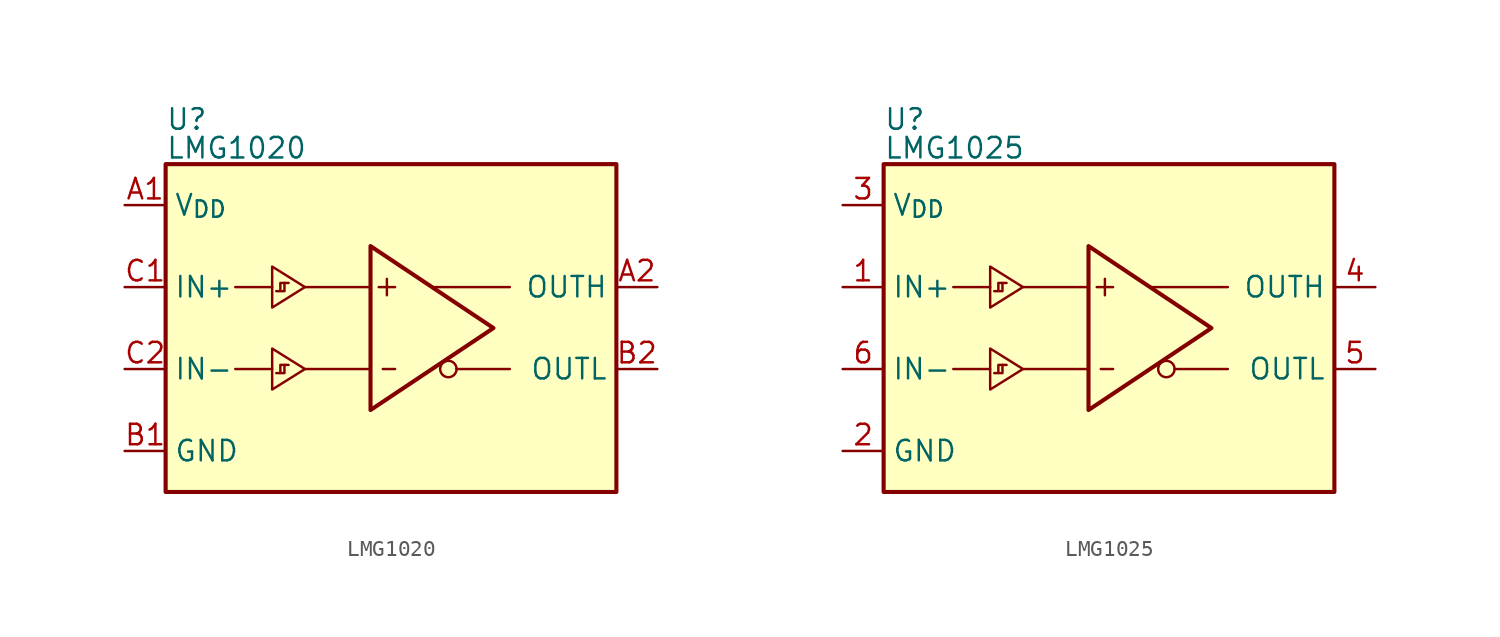
<source format=kicad_sym>
(kicad_symbol_lib
  (version 20241209)
  (generator "kicad_symbol_editor")
  (generator_version "9.0")
  (symbol "LMG1020"
    (property "Reference" "U"
      (at -7.62 12.192 0)
      (effects (font (size 1.27 1.27)) (justify left bottom)))
    (property "Value" "LMG1020"
      (at -7.62 10.414 0)
      (effects (font (size 1.27 1.27)) (justify left bottom)))
    (symbol "LMG1020_0_1"
      (rectangle (start -7.62 10.16) (end 20.32 -10.16) (stroke (width 0.254) (type default)) (fill (type background)))
      (polyline (pts (xy 5.588 2.54) (xy 6.604 2.54)) (stroke (width 0) (type default)) (fill (type none)))
      (polyline (pts (xy 5.842 -2.54) (xy 6.604 -2.54)) (stroke (width 0) (type default)) (fill (type none)))
      (polyline (pts (xy 6.096 3.048) (xy 6.096 2.032)) (stroke (width 0) (type default)) (fill (type none)))
      (circle (center 9.906 -2.54) (radius 0.508) (stroke (width 0) (type default)) (fill (type none)))
      (polyline (pts (xy 12.7 0) (xy 5.08 5.08) (xy 5.08 -5.08) (xy 12.7 0)) (stroke (width 0.254) (type default)) (fill (type background))))
    (symbol "LMG1020_1_1"
      (polyline (pts (xy -1.016 3.81) (xy 1.016 2.54) (xy -1.016 1.27) (xy -1.016 3.81)) (stroke (width 0) (type default)) (fill (type none)))
      (polyline (pts (xy -1.016 2.54) (xy -3.302 2.54)) (stroke (width 0) (type default)) (fill (type none)))
      (polyline (pts (xy -1.016 -1.27) (xy 1.016 -2.54) (xy -1.016 -3.81) (xy -1.016 -1.27)) (stroke (width 0) (type default)) (fill (type none)))
      (polyline (pts (xy -1.016 -2.54) (xy -3.302 -2.54)) (stroke (width 0) (type default)) (fill (type none)))
      (polyline (pts (xy -0.508 2.286) (xy -0.508 2.794) (xy -0.254 2.794) (xy -0.254 2.286) (xy -0.762 2.286)) (stroke (width 0) (type default)) (fill (type none)))
      (polyline (pts (xy -0.508 -2.794) (xy -0.508 -2.286) (xy -0.254 -2.286) (xy -0.254 -2.794) (xy -0.762 -2.794)) (stroke (width 0) (type default)) (fill (type none)))
      (polyline (pts (xy -0.254 2.794) (xy 0 2.794)) (stroke (width 0) (type default)) (fill (type none)))
      (polyline (pts (xy -0.254 -2.286) (xy 0 -2.286)) (stroke (width 0) (type default)) (fill (type none)))
      (polyline (pts (xy 1.016 2.54) (xy 5.08 2.54)) (stroke (width 0) (type default)) (fill (type none)))
      (polyline (pts (xy 1.016 -2.54) (xy 5.08 -2.54)) (stroke (width 0) (type default)) (fill (type none)))
      (polyline (pts (xy 8.89 2.54) (xy 13.716 2.54)) (stroke (width 0) (type default)) (fill (type none)))
      (polyline (pts (xy 10.414 -2.54) (xy 13.716 -2.54)) (stroke (width 0) (type default)) (fill (type none)))
      (pin power_in line (at -10.16 7.62 0) (length 2.54) (name "V_{DD}" (effects (font (size 1.27 1.27)))) (number "A1" (effects (font (size 1.27 1.27)))))
      (pin input line (at -10.16 2.54 0) (length 2.54) (name "IN+" (effects (font (size 1.27 1.27)))) (number "C1" (effects (font (size 1.27 1.27)))))
      (pin input line (at -10.16 -2.54 0) (length 2.54) (name "IN-" (effects (font (size 1.27 1.27)))) (number "C2" (effects (font (size 1.27 1.27)))))
      (pin power_in line (at -10.16 -7.62 0) (length 2.54) (name "GND" (effects (font (size 1.27 1.27)))) (number "B1" (effects (font (size 1.27 1.27)))))
      (pin output line (at 22.86 2.54 180) (length 2.54) (name "OUTH" (effects (font (size 1.27 1.27)))) (number "A2" (effects (font (size 1.27 1.27)))))
      (pin output line (at 22.86 -2.54 180) (length 2.54) (name "OUTL" (effects (font (size 1.27 1.27)))) (number "B2" (effects (font (size 1.27 1.27)))))))
  (symbol "LMG1025"
    (property "Reference" "U"
      (at -7.62 12.192 0)
      (effects (font (size 1.27 1.27)) (justify left bottom)))
    (property "Value" "LMG1025"
      (at -7.62 10.414 0)
      (effects (font (size 1.27 1.27)) (justify left bottom)))
    (symbol "LMG1025_0_1"
      (rectangle (start -7.62 10.16) (end 20.32 -10.16) (stroke (width 0.254) (type default)) (fill (type background)))
      (polyline (pts (xy 5.588 2.54) (xy 6.604 2.54)) (stroke (width 0) (type default)) (fill (type none)))
      (polyline (pts (xy 5.842 -2.54) (xy 6.604 -2.54)) (stroke (width 0) (type default)) (fill (type none)))
      (polyline (pts (xy 6.096 3.048) (xy 6.096 2.032)) (stroke (width 0) (type default)) (fill (type none)))
      (circle (center 9.906 -2.54) (radius 0.508) (stroke (width 0) (type default)) (fill (type none)))
      (polyline (pts (xy 12.7 0) (xy 5.08 5.08) (xy 5.08 -5.08) (xy 12.7 0)) (stroke (width 0.254) (type default)) (fill (type background))))
    (symbol "LMG1025_1_1"
      (polyline (pts (xy -1.016 3.81) (xy 1.016 2.54) (xy -1.016 1.27) (xy -1.016 3.81)) (stroke (width 0) (type default)) (fill (type none)))
      (polyline (pts (xy -1.016 2.54) (xy -3.302 2.54)) (stroke (width 0) (type default)) (fill (type none)))
      (polyline (pts (xy -1.016 -1.27) (xy 1.016 -2.54) (xy -1.016 -3.81) (xy -1.016 -1.27)) (stroke (width 0) (type default)) (fill (type none)))
      (polyline (pts (xy -1.016 -2.54) (xy -3.302 -2.54)) (stroke (width 0) (type default)) (fill (type none)))
      (polyline (pts (xy -0.508 2.286) (xy -0.508 2.794) (xy -0.254 2.794) (xy -0.254 2.286) (xy -0.762 2.286)) (stroke (width 0) (type default)) (fill (type none)))
      (polyline (pts (xy -0.508 -2.794) (xy -0.508 -2.286) (xy -0.254 -2.286) (xy -0.254 -2.794) (xy -0.762 -2.794)) (stroke (width 0) (type default)) (fill (type none)))
      (polyline (pts (xy -0.254 2.794) (xy 0 2.794)) (stroke (width 0) (type default)) (fill (type none)))
      (polyline (pts (xy -0.254 -2.286) (xy 0 -2.286)) (stroke (width 0) (type default)) (fill (type none)))
      (polyline (pts (xy 1.016 2.54) (xy 5.08 2.54)) (stroke (width 0) (type default)) (fill (type none)))
      (polyline (pts (xy 1.016 -2.54) (xy 5.08 -2.54)) (stroke (width 0) (type default)) (fill (type none)))
      (polyline (pts (xy 8.89 2.54) (xy 13.716 2.54)) (stroke (width 0) (type default)) (fill (type none)))
      (polyline (pts (xy 10.414 -2.54) (xy 13.716 -2.54)) (stroke (width 0) (type default)) (fill (type none)))
      (pin power_in line (at -10.16 7.62 0) (length 2.54) (name "V_{DD}" (effects (font (size 1.27 1.27)))) (number "3" (effects (font (size 1.27 1.27)))))
      (pin input line (at -10.16 2.54 0) (length 2.54) (name "IN+" (effects (font (size 1.27 1.27)))) (number "1" (effects (font (size 1.27 1.27)))))
      (pin input line (at -10.16 -2.54 0) (length 2.54) (name "IN-" (effects (font (size 1.27 1.27)))) (number "6" (effects (font (size 1.27 1.27)))))
      (pin power_in line (at -10.16 -7.62 0) (length 2.54) (name "GND" (effects (font (size 1.27 1.27)))) (number "2" (effects (font (size 1.27 1.27)))))
      (pin passive line (at -10.16 -7.62 0) (length 2.54) (hide yes) (name "EP" (effects (font (size 1.27 1.27)))) (number "7" (effects (font (size 1.27 1.27)))))
      (pin output line (at 22.86 2.54 180) (length 2.54) (name "OUTH" (effects (font (size 1.27 1.27)))) (number "4" (effects (font (size 1.27 1.27)))))
      (pin output line (at 22.86 -2.54 180) (length 2.54) (name "OUTL" (effects (font (size 1.27 1.27)))) (number "5" (effects (font (size 1.27 1.27))))))))
</source>
